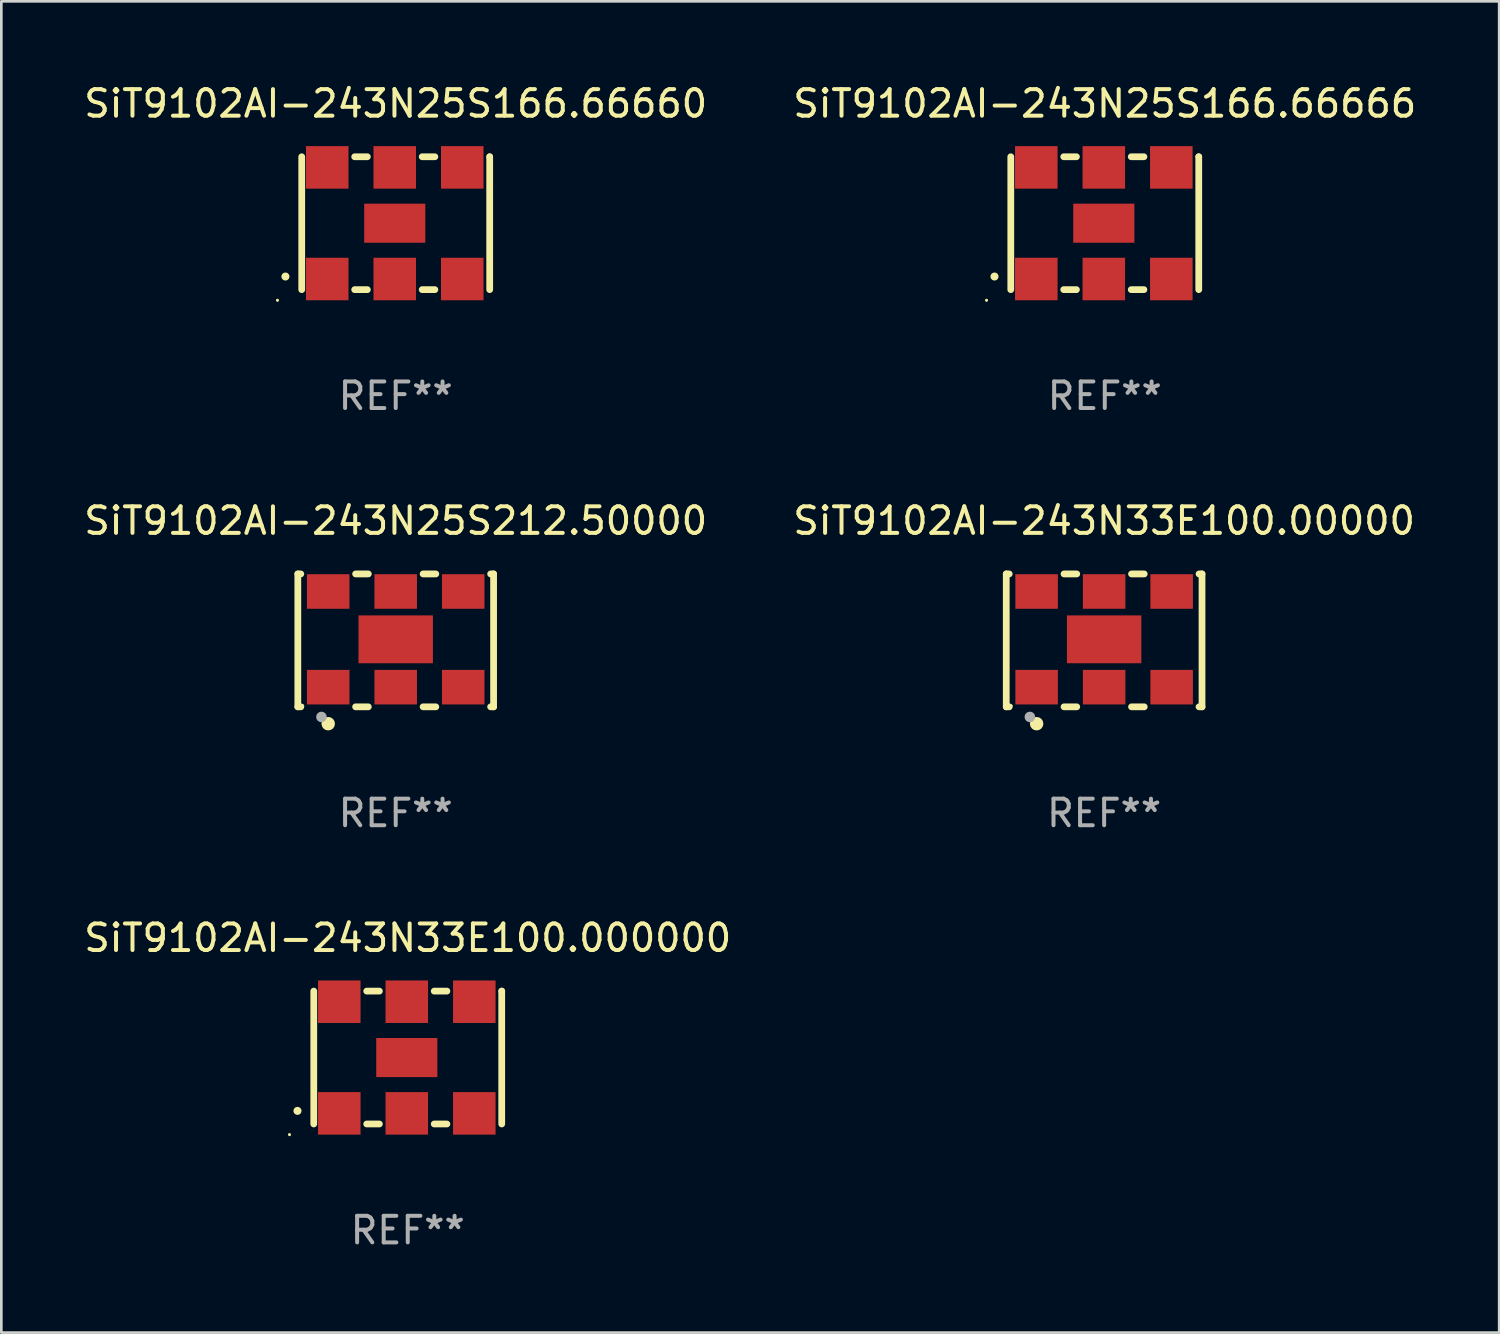
<source format=kicad_pcb>
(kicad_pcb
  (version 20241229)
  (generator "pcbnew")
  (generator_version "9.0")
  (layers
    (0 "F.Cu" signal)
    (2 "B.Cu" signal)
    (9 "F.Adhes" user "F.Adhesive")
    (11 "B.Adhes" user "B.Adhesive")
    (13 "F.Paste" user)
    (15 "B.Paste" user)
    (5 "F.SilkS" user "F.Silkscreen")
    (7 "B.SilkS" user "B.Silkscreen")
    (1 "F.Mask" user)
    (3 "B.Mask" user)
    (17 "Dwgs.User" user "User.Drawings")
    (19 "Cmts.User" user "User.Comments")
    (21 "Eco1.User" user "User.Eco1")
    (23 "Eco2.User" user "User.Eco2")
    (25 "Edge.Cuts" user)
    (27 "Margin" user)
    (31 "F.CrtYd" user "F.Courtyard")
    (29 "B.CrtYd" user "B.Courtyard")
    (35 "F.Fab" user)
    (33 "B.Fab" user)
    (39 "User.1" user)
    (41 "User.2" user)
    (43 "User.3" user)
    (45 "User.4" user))
  (footprint "SiT9102AI-243N25S166.66666"
    (layer "F.Cu")
    (at 38.518 5.348)
    (property "Reference" "SiT9102AI-243N25S166.66666" (at 0 -4.5 0) (layer "F.SilkS") (effects (font (size 1 1) (thickness 0.15))))
    (attr through_hole)
    (fp_line (start -3.536 -2.5) (end -3.536 2.5) (stroke (width 0.254) (type solid)) (layer "F.SilkS"))
    (fp_line (start -1.544 2.5) (end -1.067 2.5) (stroke (width 0.254) (type solid)) (layer "F.SilkS"))
    (fp_line (start -1.067 -2.5) (end -1.544 -2.5) (stroke (width 0.254) (type solid)) (layer "F.SilkS"))
    (fp_line (start 0.996 2.5) (end 1.473 2.5) (stroke (width 0.254) (type solid)) (layer "F.SilkS"))
    (fp_line (start 1.473 -2.5) (end 0.996 -2.5) (stroke (width 0.254) (type solid)) (layer "F.SilkS"))
    (fp_line (start 3.536 -2.5) (end 3.536 -2.5) (stroke (width 0.254) (type solid)) (layer "F.SilkS"))
    (fp_line (start 3.536 2.5) (end 3.536 -2.5) (stroke (width 0.254) (type solid)) (layer "F.SilkS"))
    (fp_arc (start -4.150432 2.006604) (mid -4.149162 2.006599) (end -4.147892 2.006604) (stroke (width 0.3) (type solid)) (layer "F.SilkS"))
    (fp_circle (center -4.449 2.9) (end -4.419 2.9) (stroke (width 0.06) (type solid)) (fill no) (layer "F.SilkS"))
    (fp_text user "REF**" (at 0 6.5 0) (layer "F.Fab") (effects (font (size 1 1) (thickness 0.15))))
    (pad "1" smd rect (at -2.576 2.1) (size 1.6 1.6) (layers "F.Cu" "F.Mask" "F.Paste"))
    (pad "2" smd rect (at -0.036 2.1) (size 1.6 1.6) (layers "F.Cu" "F.Mask" "F.Paste"))
    (pad "3" smd rect (at 2.504 2.1) (size 1.6 1.6) (layers "F.Cu" "F.Mask" "F.Paste"))
    (pad "4" smd rect (at 2.504 -2.1) (size 1.6 1.6) (layers "F.Cu" "F.Mask" "F.Paste"))
    (pad "5" smd rect (at -0.036 -2.1) (size 1.6 1.6) (layers "F.Cu" "F.Mask" "F.Paste"))
    (pad "6" smd rect (at -2.576 -2.1) (size 1.6 1.6) (layers "F.Cu" "F.Mask" "F.Paste"))
    (pad "7" smd rect (at -0.036 0) (size 2.3 1.47) (layers "F.Cu" "F.Mask" "F.Paste")))
  (footprint "SiT9102AI-243N33E100.000000"
    (layer "F.Cu")
    (at 12.292 36.741)
    (property "Reference" "SiT9102AI-243N33E100.000000" (at 0 -4.5 0) (layer "F.SilkS") (effects (font (size 1 1) (thickness 0.15))))
    (attr through_hole)
    (fp_line (start -3.536 -2.5) (end -3.536 2.5) (stroke (width 0.254) (type solid)) (layer "F.SilkS"))
    (fp_line (start -1.544 2.5) (end -1.067 2.5) (stroke (width 0.254) (type solid)) (layer "F.SilkS"))
    (fp_line (start -1.067 -2.5) (end -1.544 -2.5) (stroke (width 0.254) (type solid)) (layer "F.SilkS"))
    (fp_line (start 0.996 2.5) (end 1.473 2.5) (stroke (width 0.254) (type solid)) (layer "F.SilkS"))
    (fp_line (start 1.473 -2.5) (end 0.996 -2.5) (stroke (width 0.254) (type solid)) (layer "F.SilkS"))
    (fp_line (start 3.536 -2.5) (end 3.536 -2.5) (stroke (width 0.254) (type solid)) (layer "F.SilkS"))
    (fp_line (start 3.536 2.5) (end 3.536 -2.5) (stroke (width 0.254) (type solid)) (layer "F.SilkS"))
    (fp_arc (start -4.150432 2.006604) (mid -4.149162 2.006599) (end -4.147892 2.006604) (stroke (width 0.3) (type solid)) (layer "F.SilkS"))
    (fp_circle (center -4.449 2.9) (end -4.419 2.9) (stroke (width 0.06) (type solid)) (fill no) (layer "F.SilkS"))
    (fp_text user "REF**" (at 0 6.5 0) (layer "F.Fab") (effects (font (size 1 1) (thickness 0.15))))
    (pad "1" smd rect (at -2.576 2.1) (size 1.6 1.6) (layers "F.Cu" "F.Mask" "F.Paste"))
    (pad "2" smd rect (at -0.036 2.1) (size 1.6 1.6) (layers "F.Cu" "F.Mask" "F.Paste"))
    (pad "3" smd rect (at 2.504 2.1) (size 1.6 1.6) (layers "F.Cu" "F.Mask" "F.Paste"))
    (pad "4" smd rect (at 2.504 -2.1) (size 1.6 1.6) (layers "F.Cu" "F.Mask" "F.Paste"))
    (pad "5" smd rect (at -0.036 -2.1) (size 1.6 1.6) (layers "F.Cu" "F.Mask" "F.Paste"))
    (pad "6" smd rect (at -2.576 -2.1) (size 1.6 1.6) (layers "F.Cu" "F.Mask" "F.Paste"))
    (pad "7" smd rect (at -0.036 0) (size 2.3 1.47) (layers "F.Cu" "F.Mask" "F.Paste")))
  (footprint "SiT9102AI-243N25S212.50000"
    (layer "F.Cu")
    (at 11.839 21.045)
    (property "Reference" "SiT9102AI-243N25S212.50000" (at 0 -4.5 0) (layer "F.SilkS") (effects (font (size 1 1) (thickness 0.15))))
    (attr through_hole)
    (fp_line (start -3.683 -2.5) (end -3.571 -2.5) (stroke (width 0.254) (type solid)) (layer "F.SilkS"))
    (fp_line (start -3.683 2.5) (end -3.683 -2.5) (stroke (width 0.254) (type solid)) (layer "F.SilkS"))
    (fp_line (start -3.683 2.5) (end -3.571 2.5) (stroke (width 0.254) (type solid)) (layer "F.SilkS"))
    (fp_line (start -1.509 -2.5) (end -1.031 -2.5) (stroke (width 0.254) (type solid)) (layer "F.SilkS"))
    (fp_line (start -1.509 2.5) (end -1.031 2.5) (stroke (width 0.254) (type solid)) (layer "F.SilkS"))
    (fp_line (start 1.031 -2.5) (end 1.509 -2.5) (stroke (width 0.254) (type solid)) (layer "F.SilkS"))
    (fp_line (start 1.031 2.5) (end 1.509 2.5) (stroke (width 0.254) (type solid)) (layer "F.SilkS"))
    (fp_line (start 3.571 -2.5) (end 3.683 -2.5) (stroke (width 0.254) (type solid)) (layer "F.SilkS"))
    (fp_line (start 3.571 2.5) (end 3.683 2.5) (stroke (width 0.254) (type solid)) (layer "F.SilkS"))
    (fp_line (start 3.683 2.5) (end 3.683 -2.5) (stroke (width 0.254) (type solid)) (layer "F.SilkS"))
    (fp_circle (center -3.5 2.46) (end -3.47 2.46) (stroke (width 0.06) (type solid)) (fill no) (layer "F.SilkS"))
    (fp_circle (center -2.54 3.135) (end -2.413 3.135) (stroke (width 0.254) (type solid)) (fill no) (layer "F.SilkS"))
    (fp_circle (center -2.794 2.881) (end -2.694 2.881) (stroke (width 0.2) (type solid)) (fill no) (layer "F.Fab"))
    (fp_text user "REF**" (at 0 6.5 0) (layer "F.Fab") (effects (font (size 1 1) (thickness 0.15))))
    (pad "1" smd rect (at -2.54 1.76) (size 1.6 1.3) (layers "F.Cu" "F.Mask" "F.Paste"))
    (pad "2" smd rect (at 0 1.76) (size 1.6 1.3) (layers "F.Cu" "F.Mask" "F.Paste"))
    (pad "3" smd rect (at 2.54 1.76) (size 1.6 1.3) (layers "F.Cu" "F.Mask" "F.Paste"))
    (pad "4" smd rect (at 2.54 -1.84) (size 1.6 1.3) (layers "F.Cu" "F.Mask" "F.Paste"))
    (pad "5" smd rect (at 0 -1.84) (size 1.6 1.3) (layers "F.Cu" "F.Mask" "F.Paste"))
    (pad "6" smd rect (at -2.54 -1.84) (size 1.6 1.3) (layers "F.Cu" "F.Mask" "F.Paste"))
    (pad "7" smd rect (at 0 -0.04) (size 2.8 1.8) (layers "F.Cu" "F.Mask" "F.Paste")))
  (footprint "SiT9102AI-243N33E100.00000"
    (layer "F.Cu")
    (at 38.494 21.045)
    (property "Reference" "SiT9102AI-243N33E100.00000" (at 0 -4.5 0) (layer "F.SilkS") (effects (font (size 1 1) (thickness 0.15))))
    (attr through_hole)
    (fp_line (start -3.683 -2.5) (end -3.571 -2.5) (stroke (width 0.254) (type solid)) (layer "F.SilkS"))
    (fp_line (start -3.683 2.5) (end -3.683 -2.5) (stroke (width 0.254) (type solid)) (layer "F.SilkS"))
    (fp_line (start -3.683 2.5) (end -3.571 2.5) (stroke (width 0.254) (type solid)) (layer "F.SilkS"))
    (fp_line (start -1.509 -2.5) (end -1.031 -2.5) (stroke (width 0.254) (type solid)) (layer "F.SilkS"))
    (fp_line (start -1.509 2.5) (end -1.031 2.5) (stroke (width 0.254) (type solid)) (layer "F.SilkS"))
    (fp_line (start 1.031 -2.5) (end 1.509 -2.5) (stroke (width 0.254) (type solid)) (layer "F.SilkS"))
    (fp_line (start 1.031 2.5) (end 1.509 2.5) (stroke (width 0.254) (type solid)) (layer "F.SilkS"))
    (fp_line (start 3.571 -2.5) (end 3.683 -2.5) (stroke (width 0.254) (type solid)) (layer "F.SilkS"))
    (fp_line (start 3.571 2.5) (end 3.683 2.5) (stroke (width 0.254) (type solid)) (layer "F.SilkS"))
    (fp_line (start 3.683 2.5) (end 3.683 -2.5) (stroke (width 0.254) (type solid)) (layer "F.SilkS"))
    (fp_circle (center -3.5 2.46) (end -3.47 2.46) (stroke (width 0.06) (type solid)) (fill no) (layer "F.SilkS"))
    (fp_circle (center -2.54 3.135) (end -2.413 3.135) (stroke (width 0.254) (type solid)) (fill no) (layer "F.SilkS"))
    (fp_circle (center -2.794 2.881) (end -2.694 2.881) (stroke (width 0.2) (type solid)) (fill no) (layer "F.Fab"))
    (fp_text user "REF**" (at 0 6.5 0) (layer "F.Fab") (effects (font (size 1 1) (thickness 0.15))))
    (pad "1" smd rect (at -2.54 1.76) (size 1.6 1.3) (layers "F.Cu" "F.Mask" "F.Paste"))
    (pad "2" smd rect (at 0 1.76) (size 1.6 1.3) (layers "F.Cu" "F.Mask" "F.Paste"))
    (pad "3" smd rect (at 2.54 1.76) (size 1.6 1.3) (layers "F.Cu" "F.Mask" "F.Paste"))
    (pad "4" smd rect (at 2.54 -1.84) (size 1.6 1.3) (layers "F.Cu" "F.Mask" "F.Paste"))
    (pad "5" smd rect (at 0 -1.84) (size 1.6 1.3) (layers "F.Cu" "F.Mask" "F.Paste"))
    (pad "6" smd rect (at -2.54 -1.84) (size 1.6 1.3) (layers "F.Cu" "F.Mask" "F.Paste"))
    (pad "7" smd rect (at 0 -0.04) (size 2.8 1.8) (layers "F.Cu" "F.Mask" "F.Paste")))
  (footprint "SiT9102AI-243N25S166.66660"
    (layer "F.Cu")
    (at 11.839 5.348)
    (property "Reference" "SiT9102AI-243N25S166.66660" (at 0 -4.5 0) (layer "F.SilkS") (effects (font (size 1 1) (thickness 0.15))))
    (attr through_hole)
    (fp_line (start -3.536 -2.5) (end -3.536 2.5) (stroke (width 0.254) (type solid)) (layer "F.SilkS"))
    (fp_line (start -1.544 2.5) (end -1.067 2.5) (stroke (width 0.254) (type solid)) (layer "F.SilkS"))
    (fp_line (start -1.067 -2.5) (end -1.544 -2.5) (stroke (width 0.254) (type solid)) (layer "F.SilkS"))
    (fp_line (start 0.996 2.5) (end 1.473 2.5) (stroke (width 0.254) (type solid)) (layer "F.SilkS"))
    (fp_line (start 1.473 -2.5) (end 0.996 -2.5) (stroke (width 0.254) (type solid)) (layer "F.SilkS"))
    (fp_line (start 3.536 -2.5) (end 3.536 -2.5) (stroke (width 0.254) (type solid)) (layer "F.SilkS"))
    (fp_line (start 3.536 2.5) (end 3.536 -2.5) (stroke (width 0.254) (type solid)) (layer "F.SilkS"))
    (fp_arc (start -4.150432 2.006604) (mid -4.149162 2.006599) (end -4.147892 2.006604) (stroke (width 0.3) (type solid)) (layer "F.SilkS"))
    (fp_circle (center -4.449 2.9) (end -4.419 2.9) (stroke (width 0.06) (type solid)) (fill no) (layer "F.SilkS"))
    (fp_text user "REF**" (at 0 6.5 0) (layer "F.Fab") (effects (font (size 1 1) (thickness 0.15))))
    (pad "1" smd rect (at -2.576 2.1) (size 1.6 1.6) (layers "F.Cu" "F.Mask" "F.Paste"))
    (pad "2" smd rect (at -0.036 2.1) (size 1.6 1.6) (layers "F.Cu" "F.Mask" "F.Paste"))
    (pad "3" smd rect (at 2.504 2.1) (size 1.6 1.6) (layers "F.Cu" "F.Mask" "F.Paste"))
    (pad "4" smd rect (at 2.504 -2.1) (size 1.6 1.6) (layers "F.Cu" "F.Mask" "F.Paste"))
    (pad "5" smd rect (at -0.036 -2.1) (size 1.6 1.6) (layers "F.Cu" "F.Mask" "F.Paste"))
    (pad "6" smd rect (at -2.576 -2.1) (size 1.6 1.6) (layers "F.Cu" "F.Mask" "F.Paste"))
    (pad "7" smd rect (at -0.036 0) (size 2.3 1.47) (layers "F.Cu" "F.Mask" "F.Paste")))
  (gr_rect
    (start -3 -3)
    (end 53.357 47.09)
    (stroke (width 0.1) (type default))
    (fill no)
    (layer "Edge.Cuts")))
</source>
